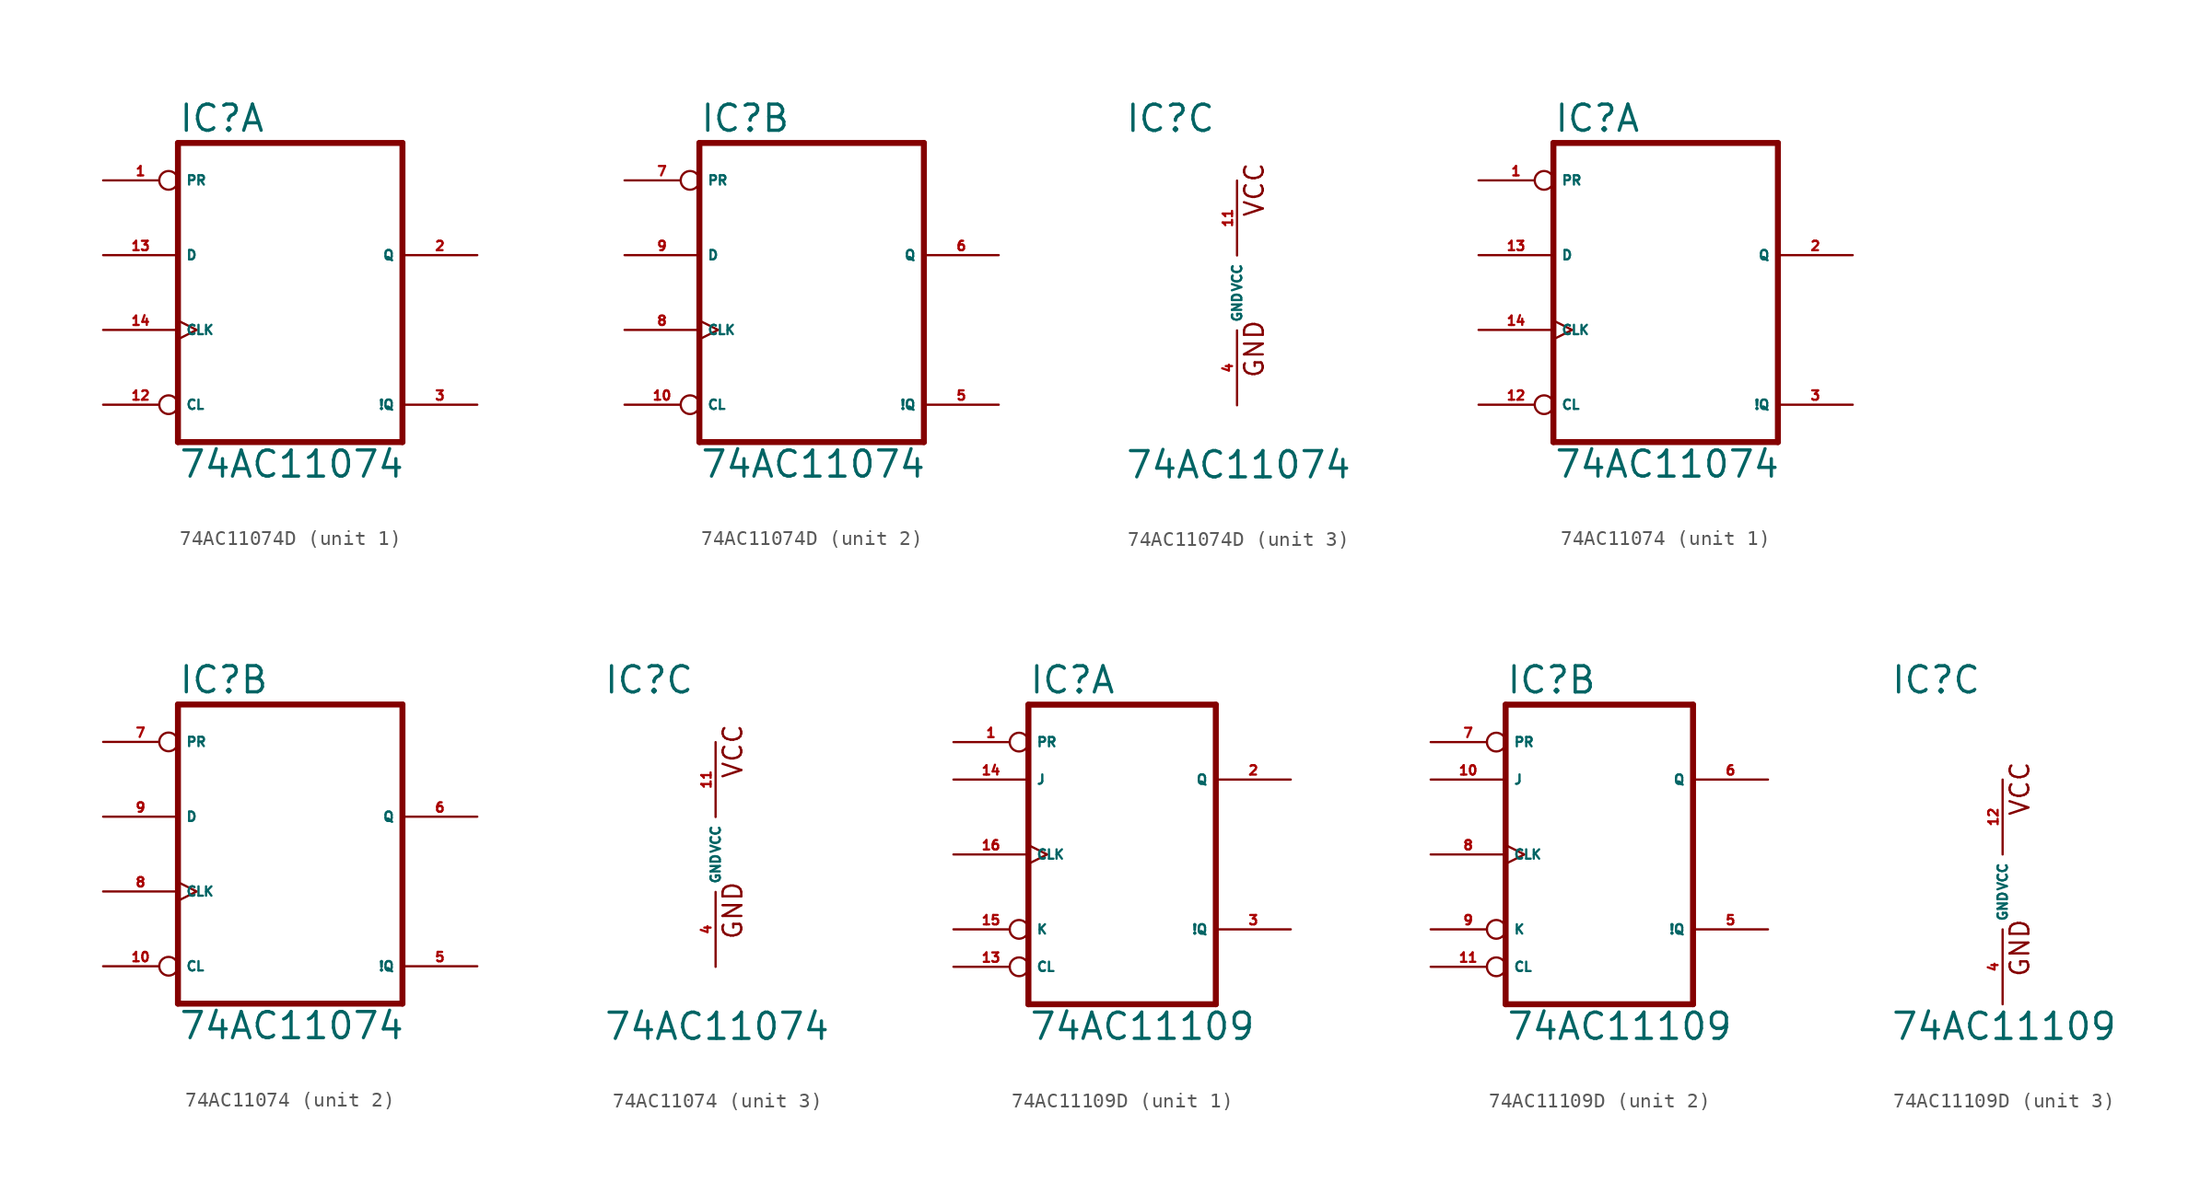
<source format=kicad_sym>
(kicad_symbol_lib
  (version 20220914)
  (generator Eagle2Kicad)
  (symbol "74AC11074D"
    (property "Reference" "IC"
      (at -7.62 10.795 0)
      (effects (font (size 1.778 1.778) (thickness 0.22)) (justify left bottom)))
    (property "Value" "74AC11074"
      (at -7.62 -12.7 0)
      (effects (font (size 1.778 1.778) (thickness 0.22)) (justify left bottom)))
    (symbol "74AC11074D_1_0"
      (polyline (pts (xy -7.62 -10.16) (xy 7.62 -10.16)) (stroke (width 0.406) (type default)) (fill (type none)))
      (polyline (pts (xy 7.62 -10.16) (xy 7.62 10.16)) (stroke (width 0.406) (type default)) (fill (type none)))
      (polyline (pts (xy 7.62 10.16) (xy -7.62 10.16)) (stroke (width 0.406) (type default)) (fill (type none)))
      (polyline (pts (xy -7.62 10.16) (xy -7.62 -10.16)) (stroke (width 0.406) (type default)) (fill (type none)))
      (pin input inverted (at -12.7 7.62 0) (length 5.08) (name "PR" (effects (font (size 0.635 0.635) (thickness 0.08)) (justify left bottom))) (number "1" (effects (font (size 0.635 0.635) (thickness 0.08)) (justify left bottom))))
      (pin output line (at 12.7 2.54 180) (length 5.08) (name "Q" (effects (font (size 0.635 0.635) (thickness 0.08)) (justify left bottom))) (number "2" (effects (font (size 0.635 0.635) (thickness 0.08)) (justify left bottom))))
      (pin output line (at 12.7 -7.62 180) (length 5.08) (name "!Q" (effects (font (size 0.635 0.635) (thickness 0.08)) (justify left bottom))) (number "3" (effects (font (size 0.635 0.635) (thickness 0.08)) (justify left bottom))))
      (pin input inverted (at -12.7 -7.62 0) (length 5.08) (name "CL" (effects (font (size 0.635 0.635) (thickness 0.08)) (justify left bottom))) (number "12" (effects (font (size 0.635 0.635) (thickness 0.08)) (justify left bottom))))
      (pin input line (at -12.7 2.54 0) (length 5.08) (name "D" (effects (font (size 0.635 0.635) (thickness 0.08)) (justify left bottom))) (number "13" (effects (font (size 0.635 0.635) (thickness 0.08)) (justify left bottom))))
      (pin input clock (at -12.7 -2.54 0) (length 5.08) (name "CLK" (effects (font (size 0.635 0.635) (thickness 0.08)) (justify left bottom))) (number "14" (effects (font (size 0.635 0.635) (thickness 0.08)) (justify left bottom)))))
    (symbol "74AC11074D_2_0"
      (polyline (pts (xy -7.62 -10.16) (xy 7.62 -10.16)) (stroke (width 0.406) (type default)) (fill (type none)))
      (polyline (pts (xy 7.62 -10.16) (xy 7.62 10.16)) (stroke (width 0.406) (type default)) (fill (type none)))
      (polyline (pts (xy 7.62 10.16) (xy -7.62 10.16)) (stroke (width 0.406) (type default)) (fill (type none)))
      (polyline (pts (xy -7.62 10.16) (xy -7.62 -10.16)) (stroke (width 0.406) (type default)) (fill (type none)))
      (pin input inverted (at -12.7 7.62 0) (length 5.08) (name "PR" (effects (font (size 0.635 0.635) (thickness 0.08)) (justify left bottom))) (number "7" (effects (font (size 0.635 0.635) (thickness 0.08)) (justify left bottom))))
      (pin output line (at 12.7 2.54 180) (length 5.08) (name "Q" (effects (font (size 0.635 0.635) (thickness 0.08)) (justify left bottom))) (number "6" (effects (font (size 0.635 0.635) (thickness 0.08)) (justify left bottom))))
      (pin output line (at 12.7 -7.62 180) (length 5.08) (name "!Q" (effects (font (size 0.635 0.635) (thickness 0.08)) (justify left bottom))) (number "5" (effects (font (size 0.635 0.635) (thickness 0.08)) (justify left bottom))))
      (pin input inverted (at -12.7 -7.62 0) (length 5.08) (name "CL" (effects (font (size 0.635 0.635) (thickness 0.08)) (justify left bottom))) (number "10" (effects (font (size 0.635 0.635) (thickness 0.08)) (justify left bottom))))
      (pin input line (at -12.7 2.54 0) (length 5.08) (name "D" (effects (font (size 0.635 0.635) (thickness 0.08)) (justify left bottom))) (number "9" (effects (font (size 0.635 0.635) (thickness 0.08)) (justify left bottom))))
      (pin input clock (at -12.7 -2.54 0) (length 5.08) (name "CLK" (effects (font (size 0.635 0.635) (thickness 0.08)) (justify left bottom))) (number "8" (effects (font (size 0.635 0.635) (thickness 0.08)) (justify left bottom)))))
    (symbol "74AC11074D_3_0"
      (text "GND" (at 1.905 -5.842 900) (effects (font (size 1.27 1.27) (thickness 0.16)) (justify left bottom)))
      (text "VCC" (at 1.905 5.08 900) (effects (font (size 1.27 1.27) (thickness 0.16)) (justify left bottom)))
      (pin unspecified line (at 0 -7.62 90) (length 5.08) (name "GND" (effects (font (size 0.635 0.635) (thickness 0.08)) (justify left bottom))) (number "4" (effects (font (size 0.635 0.635) (thickness 0.08)) (justify left bottom))))
      (pin unspecified line (at 0 7.62 270) (length 5.08) (name "VCC" (effects (font (size 0.635 0.635) (thickness 0.08)) (justify left bottom))) (number "11" (effects (font (size 0.635 0.635) (thickness 0.08)) (justify left bottom))))))
  (symbol "74AC11074"
    (property "Reference" "IC"
      (at -7.62 10.795 0)
      (effects (font (size 1.778 1.778) (thickness 0.22)) (justify left bottom)))
    (property "Value" "74AC11074"
      (at -7.62 -12.7 0)
      (effects (font (size 1.778 1.778) (thickness 0.22)) (justify left bottom)))
    (symbol "74AC11074_1_0"
      (polyline (pts (xy -7.62 -10.16) (xy 7.62 -10.16)) (stroke (width 0.406) (type default)) (fill (type none)))
      (polyline (pts (xy 7.62 -10.16) (xy 7.62 10.16)) (stroke (width 0.406) (type default)) (fill (type none)))
      (polyline (pts (xy 7.62 10.16) (xy -7.62 10.16)) (stroke (width 0.406) (type default)) (fill (type none)))
      (polyline (pts (xy -7.62 10.16) (xy -7.62 -10.16)) (stroke (width 0.406) (type default)) (fill (type none)))
      (pin input inverted (at -12.7 7.62 0) (length 5.08) (name "PR" (effects (font (size 0.635 0.635) (thickness 0.08)) (justify left bottom))) (number "1" (effects (font (size 0.635 0.635) (thickness 0.08)) (justify left bottom))))
      (pin output line (at 12.7 2.54 180) (length 5.08) (name "Q" (effects (font (size 0.635 0.635) (thickness 0.08)) (justify left bottom))) (number "2" (effects (font (size 0.635 0.635) (thickness 0.08)) (justify left bottom))))
      (pin output line (at 12.7 -7.62 180) (length 5.08) (name "!Q" (effects (font (size 0.635 0.635) (thickness 0.08)) (justify left bottom))) (number "3" (effects (font (size 0.635 0.635) (thickness 0.08)) (justify left bottom))))
      (pin input inverted (at -12.7 -7.62 0) (length 5.08) (name "CL" (effects (font (size 0.635 0.635) (thickness 0.08)) (justify left bottom))) (number "12" (effects (font (size 0.635 0.635) (thickness 0.08)) (justify left bottom))))
      (pin input line (at -12.7 2.54 0) (length 5.08) (name "D" (effects (font (size 0.635 0.635) (thickness 0.08)) (justify left bottom))) (number "13" (effects (font (size 0.635 0.635) (thickness 0.08)) (justify left bottom))))
      (pin input clock (at -12.7 -2.54 0) (length 5.08) (name "CLK" (effects (font (size 0.635 0.635) (thickness 0.08)) (justify left bottom))) (number "14" (effects (font (size 0.635 0.635) (thickness 0.08)) (justify left bottom)))))
    (symbol "74AC11074_2_0"
      (polyline (pts (xy -7.62 -10.16) (xy 7.62 -10.16)) (stroke (width 0.406) (type default)) (fill (type none)))
      (polyline (pts (xy 7.62 -10.16) (xy 7.62 10.16)) (stroke (width 0.406) (type default)) (fill (type none)))
      (polyline (pts (xy 7.62 10.16) (xy -7.62 10.16)) (stroke (width 0.406) (type default)) (fill (type none)))
      (polyline (pts (xy -7.62 10.16) (xy -7.62 -10.16)) (stroke (width 0.406) (type default)) (fill (type none)))
      (pin input inverted (at -12.7 7.62 0) (length 5.08) (name "PR" (effects (font (size 0.635 0.635) (thickness 0.08)) (justify left bottom))) (number "7" (effects (font (size 0.635 0.635) (thickness 0.08)) (justify left bottom))))
      (pin output line (at 12.7 2.54 180) (length 5.08) (name "Q" (effects (font (size 0.635 0.635) (thickness 0.08)) (justify left bottom))) (number "6" (effects (font (size 0.635 0.635) (thickness 0.08)) (justify left bottom))))
      (pin output line (at 12.7 -7.62 180) (length 5.08) (name "!Q" (effects (font (size 0.635 0.635) (thickness 0.08)) (justify left bottom))) (number "5" (effects (font (size 0.635 0.635) (thickness 0.08)) (justify left bottom))))
      (pin input inverted (at -12.7 -7.62 0) (length 5.08) (name "CL" (effects (font (size 0.635 0.635) (thickness 0.08)) (justify left bottom))) (number "10" (effects (font (size 0.635 0.635) (thickness 0.08)) (justify left bottom))))
      (pin input line (at -12.7 2.54 0) (length 5.08) (name "D" (effects (font (size 0.635 0.635) (thickness 0.08)) (justify left bottom))) (number "9" (effects (font (size 0.635 0.635) (thickness 0.08)) (justify left bottom))))
      (pin input clock (at -12.7 -2.54 0) (length 5.08) (name "CLK" (effects (font (size 0.635 0.635) (thickness 0.08)) (justify left bottom))) (number "8" (effects (font (size 0.635 0.635) (thickness 0.08)) (justify left bottom)))))
    (symbol "74AC11074_3_0"
      (text "GND" (at 1.905 -5.842 900) (effects (font (size 1.27 1.27) (thickness 0.16)) (justify left bottom)))
      (text "VCC" (at 1.905 5.08 900) (effects (font (size 1.27 1.27) (thickness 0.16)) (justify left bottom)))
      (pin unspecified line (at 0 -7.62 90) (length 5.08) (name "GND" (effects (font (size 0.635 0.635) (thickness 0.08)) (justify left bottom))) (number "4" (effects (font (size 0.635 0.635) (thickness 0.08)) (justify left bottom))))
      (pin unspecified line (at 0 7.62 270) (length 5.08) (name "VCC" (effects (font (size 0.635 0.635) (thickness 0.08)) (justify left bottom))) (number "11" (effects (font (size 0.635 0.635) (thickness 0.08)) (justify left bottom))))))
  (symbol "74AC11109D"
    (property "Reference" "IC"
      (at -7.62 13.335 0)
      (effects (font (size 1.778 1.778) (thickness 0.22)) (justify left bottom)))
    (property "Value" "74AC11109"
      (at -7.62 -10.16 0)
      (effects (font (size 1.778 1.778) (thickness 0.22)) (justify left bottom)))
    (symbol "74AC11109D_1_0"
      (polyline (pts (xy -7.62 -7.62) (xy 5.08 -7.62)) (stroke (width 0.406) (type default)) (fill (type none)))
      (polyline (pts (xy 5.08 -7.62) (xy 5.08 12.7)) (stroke (width 0.406) (type default)) (fill (type none)))
      (polyline (pts (xy 5.08 12.7) (xy -7.62 12.7)) (stroke (width 0.406) (type default)) (fill (type none)))
      (polyline (pts (xy -7.62 12.7) (xy -7.62 -7.62)) (stroke (width 0.406) (type default)) (fill (type none)))
      (pin input inverted (at -12.7 10.16 0) (length 5.08) (name "PR" (effects (font (size 0.635 0.635) (thickness 0.08)) (justify left bottom))) (number "1" (effects (font (size 0.635 0.635) (thickness 0.08)) (justify left bottom))))
      (pin output line (at 10.16 7.62 180) (length 5.08) (name "Q" (effects (font (size 0.635 0.635) (thickness 0.08)) (justify left bottom))) (number "2" (effects (font (size 0.635 0.635) (thickness 0.08)) (justify left bottom))))
      (pin output line (at 10.16 -2.54 180) (length 5.08) (name "!Q" (effects (font (size 0.635 0.635) (thickness 0.08)) (justify left bottom))) (number "3" (effects (font (size 0.635 0.635) (thickness 0.08)) (justify left bottom))))
      (pin input inverted (at -12.7 -5.08 0) (length 5.08) (name "CL" (effects (font (size 0.635 0.635) (thickness 0.08)) (justify left bottom))) (number "13" (effects (font (size 0.635 0.635) (thickness 0.08)) (justify left bottom))))
      (pin input line (at -12.7 7.62 0) (length 5.08) (name "J" (effects (font (size 0.635 0.635) (thickness 0.08)) (justify left bottom))) (number "14" (effects (font (size 0.635 0.635) (thickness 0.08)) (justify left bottom))))
      (pin input inverted (at -12.7 -2.54 0) (length 5.08) (name "K" (effects (font (size 0.635 0.635) (thickness 0.08)) (justify left bottom))) (number "15" (effects (font (size 0.635 0.635) (thickness 0.08)) (justify left bottom))))
      (pin input clock (at -12.7 2.54 0) (length 5.08) (name "CLK" (effects (font (size 0.635 0.635) (thickness 0.08)) (justify left bottom))) (number "16" (effects (font (size 0.635 0.635) (thickness 0.08)) (justify left bottom)))))
    (symbol "74AC11109D_2_0"
      (polyline (pts (xy -7.62 -7.62) (xy 5.08 -7.62)) (stroke (width 0.406) (type default)) (fill (type none)))
      (polyline (pts (xy 5.08 -7.62) (xy 5.08 12.7)) (stroke (width 0.406) (type default)) (fill (type none)))
      (polyline (pts (xy 5.08 12.7) (xy -7.62 12.7)) (stroke (width 0.406) (type default)) (fill (type none)))
      (polyline (pts (xy -7.62 12.7) (xy -7.62 -7.62)) (stroke (width 0.406) (type default)) (fill (type none)))
      (pin input inverted (at -12.7 10.16 0) (length 5.08) (name "PR" (effects (font (size 0.635 0.635) (thickness 0.08)) (justify left bottom))) (number "7" (effects (font (size 0.635 0.635) (thickness 0.08)) (justify left bottom))))
      (pin output line (at 10.16 7.62 180) (length 5.08) (name "Q" (effects (font (size 0.635 0.635) (thickness 0.08)) (justify left bottom))) (number "6" (effects (font (size 0.635 0.635) (thickness 0.08)) (justify left bottom))))
      (pin output line (at 10.16 -2.54 180) (length 5.08) (name "!Q" (effects (font (size 0.635 0.635) (thickness 0.08)) (justify left bottom))) (number "5" (effects (font (size 0.635 0.635) (thickness 0.08)) (justify left bottom))))
      (pin input inverted (at -12.7 -5.08 0) (length 5.08) (name "CL" (effects (font (size 0.635 0.635) (thickness 0.08)) (justify left bottom))) (number "11" (effects (font (size 0.635 0.635) (thickness 0.08)) (justify left bottom))))
      (pin input line (at -12.7 7.62 0) (length 5.08) (name "J" (effects (font (size 0.635 0.635) (thickness 0.08)) (justify left bottom))) (number "10" (effects (font (size 0.635 0.635) (thickness 0.08)) (justify left bottom))))
      (pin input inverted (at -12.7 -2.54 0) (length 5.08) (name "K" (effects (font (size 0.635 0.635) (thickness 0.08)) (justify left bottom))) (number "9" (effects (font (size 0.635 0.635) (thickness 0.08)) (justify left bottom))))
      (pin input clock (at -12.7 2.54 0) (length 5.08) (name "CLK" (effects (font (size 0.635 0.635) (thickness 0.08)) (justify left bottom))) (number "8" (effects (font (size 0.635 0.635) (thickness 0.08)) (justify left bottom)))))
    (symbol "74AC11109D_3_0"
      (text "GND" (at 1.905 -5.842 900) (effects (font (size 1.27 1.27) (thickness 0.16)) (justify left bottom)))
      (text "VCC" (at 1.905 5.08 900) (effects (font (size 1.27 1.27) (thickness 0.16)) (justify left bottom)))
      (pin unspecified line (at 0 -7.62 90) (length 5.08) (name "GND" (effects (font (size 0.635 0.635) (thickness 0.08)) (justify left bottom))) (number "4" (effects (font (size 0.635 0.635) (thickness 0.08)) (justify left bottom))))
      (pin unspecified line (at 0 7.62 270) (length 5.08) (name "VCC" (effects (font (size 0.635 0.635) (thickness 0.08)) (justify left bottom))) (number "12" (effects (font (size 0.635 0.635) (thickness 0.08)) (justify left bottom)))))))
</source>
